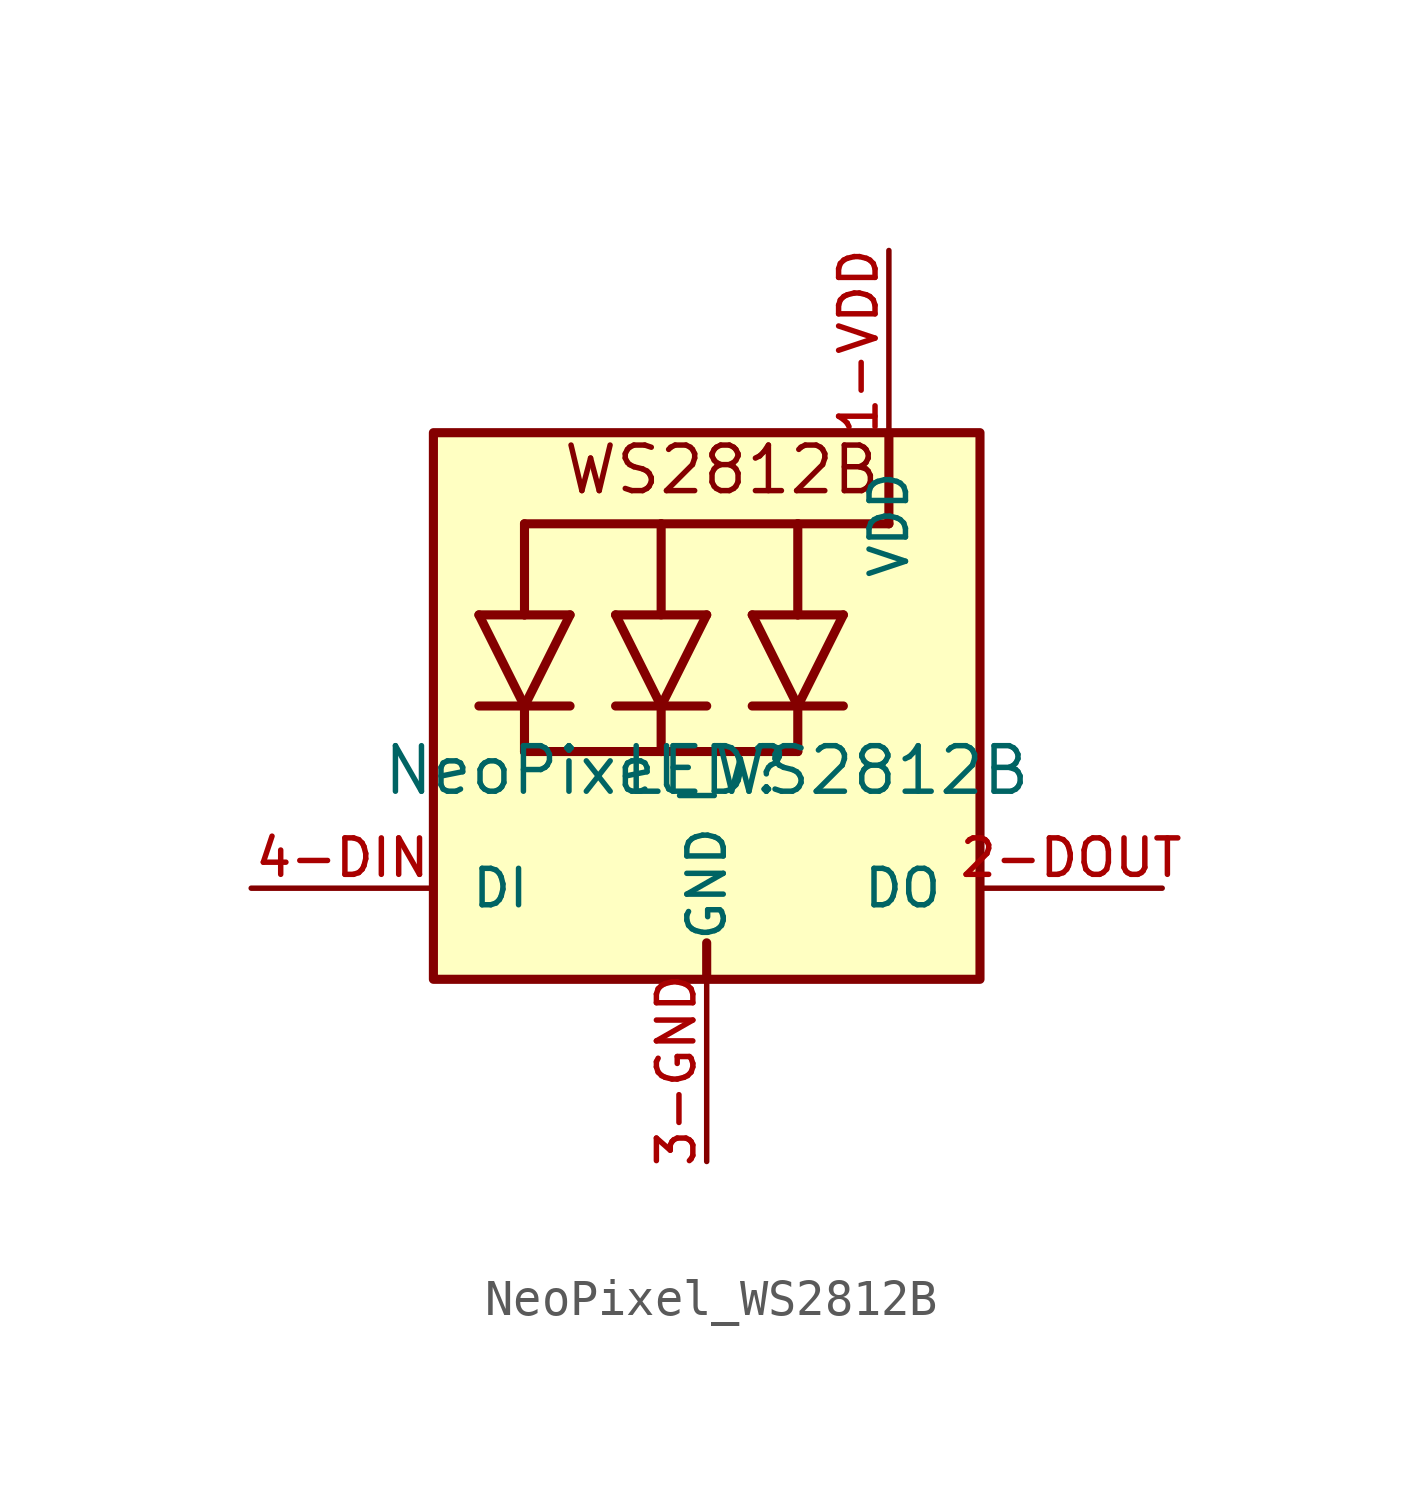
<source format=kicad_sym>
(kicad_symbol_lib
  (version 20231120)
  (generator "kicad_symbol_editor")
  (generator_version "8.0")
  (symbol "NeoPixel_WS2812B"
    (pin_names
      (offset 1.016))
    (property "Reference" "LED"
      (at 0 0 0)
      (effects (font (size 1.27 1.27)) (justify bottom)))
    (property "Value" "NeoPixel_WS2812B"
      (at 0 0 0)
      (effects (font (size 1.27 1.27)) (justify bottom)))
    (symbol "NeoPixel_WS2812B_0_0"
      (rectangle (start -7.62 -5.08) (end 7.62 10.16) (stroke (width 0.254) (type default)) (fill (type background)))
      (polyline (pts (xy -6.35 2.54) (xy -5.08 2.54)) (stroke (width 0.254) (type default)) (fill (type none)))
      (polyline (pts (xy -6.35 5.08) (xy -5.08 5.08)) (stroke (width 0.254) (type default)) (fill (type none)))
      (polyline (pts (xy -5.08 2.54) (xy -6.35 5.08)) (stroke (width 0.254) (type default)) (fill (type none)))
      (polyline (pts (xy -5.08 2.54) (xy -5.08 1.27)) (stroke (width 0.254) (type default)) (fill (type none)))
      (polyline (pts (xy -5.08 2.54) (xy -3.81 5.08)) (stroke (width 0.254) (type default)) (fill (type none)))
      (polyline (pts (xy -5.08 5.08) (xy -3.81 5.08)) (stroke (width 0.254) (type default)) (fill (type none)))
      (polyline (pts (xy -5.08 7.62) (xy -5.08 5.08)) (stroke (width 0.254) (type default)) (fill (type none)))
      (polyline (pts (xy -3.81 2.54) (xy -5.08 2.54)) (stroke (width 0.254) (type default)) (fill (type none)))
      (polyline (pts (xy -2.54 2.54) (xy -1.27 2.54)) (stroke (width 0.254) (type default)) (fill (type none)))
      (polyline (pts (xy -2.54 5.08) (xy 0 5.08)) (stroke (width 0.254) (type default)) (fill (type none)))
      (polyline (pts (xy -1.27 1.27) (xy -5.08 1.27)) (stroke (width 0.254) (type default)) (fill (type none)))
      (polyline (pts (xy -1.27 2.54) (xy -2.54 5.08)) (stroke (width 0.254) (type default)) (fill (type none)))
      (polyline (pts (xy -1.27 2.54) (xy -1.27 1.27)) (stroke (width 0.254) (type default)) (fill (type none)))
      (polyline (pts (xy -1.27 2.54) (xy 0 2.54)) (stroke (width 0.254) (type default)) (fill (type none)))
      (polyline (pts (xy -1.27 5.08) (xy -1.27 7.62)) (stroke (width 0.254) (type default)) (fill (type none)))
      (polyline (pts (xy -1.27 7.62) (xy -5.08 7.62)) (stroke (width 0.254) (type default)) (fill (type none)))
      (polyline (pts (xy 0 -4.064) (xy 0 -5.08)) (stroke (width 0.254) (type default)) (fill (type none)))
      (polyline (pts (xy 0 5.08) (xy -1.27 2.54)) (stroke (width 0.254) (type default)) (fill (type none)))
      (polyline (pts (xy 1.27 5.08) (xy 2.54 2.54)) (stroke (width 0.254) (type default)) (fill (type none)))
      (polyline (pts (xy 1.27 5.08) (xy 2.54 5.08)) (stroke (width 0.254) (type default)) (fill (type none)))
      (polyline (pts (xy 2.54 1.27) (xy -1.27 1.27)) (stroke (width 0.254) (type default)) (fill (type none)))
      (polyline (pts (xy 2.54 2.54) (xy 1.27 2.54)) (stroke (width 0.254) (type default)) (fill (type none)))
      (polyline (pts (xy 2.54 2.54) (xy 2.54 1.27)) (stroke (width 0.254) (type default)) (fill (type none)))
      (polyline (pts (xy 2.54 2.54) (xy 3.81 2.54)) (stroke (width 0.254) (type default)) (fill (type none)))
      (polyline (pts (xy 2.54 2.54) (xy 3.81 5.08)) (stroke (width 0.254) (type default)) (fill (type none)))
      (polyline (pts (xy 2.54 5.08) (xy 2.54 7.62)) (stroke (width 0.254) (type default)) (fill (type none)))
      (polyline (pts (xy 2.54 7.62) (xy -1.27 7.62)) (stroke (width 0.254) (type default)) (fill (type none)))
      (polyline (pts (xy 2.54 7.62) (xy 5.08 7.62)) (stroke (width 0.254) (type default)) (fill (type none)))
      (polyline (pts (xy 3.81 5.08) (xy 2.54 5.08)) (stroke (width 0.254) (type default)) (fill (type none)))
      (polyline (pts (xy 5.08 10.16) (xy 5.08 7.62)) (stroke (width 0.254) (type default)) (fill (type none)))
      (text "WS2812B" (at -4.064 8.382 0) (effects (font (size 1.27 1.27)) (justify left bottom)))
      (pin power_in line (at 5.08 15.24 270) (length 5.08) (name "VDD" (effects (font (size 1.016 1.016)))) (number "1-VDD" (effects (font (size 1.016 1.016)))))
      (pin output line (at 12.7 -2.54 180) (length 5.08) (name "DO" (effects (font (size 1.016 1.016)))) (number "2-DOUT" (effects (font (size 1.016 1.016)))))
      (pin power_in line (at 0 -10.16 90) (length 5.08) (name "GND" (effects (font (size 1.016 1.016)))) (number "3-GND" (effects (font (size 1.016 1.016)))))
      (pin input line (at -12.7 -2.54 0) (length 5.08) (name "DI" (effects (font (size 1.016 1.016)))) (number "4-DIN" (effects (font (size 1.016 1.016))))))))
</source>
